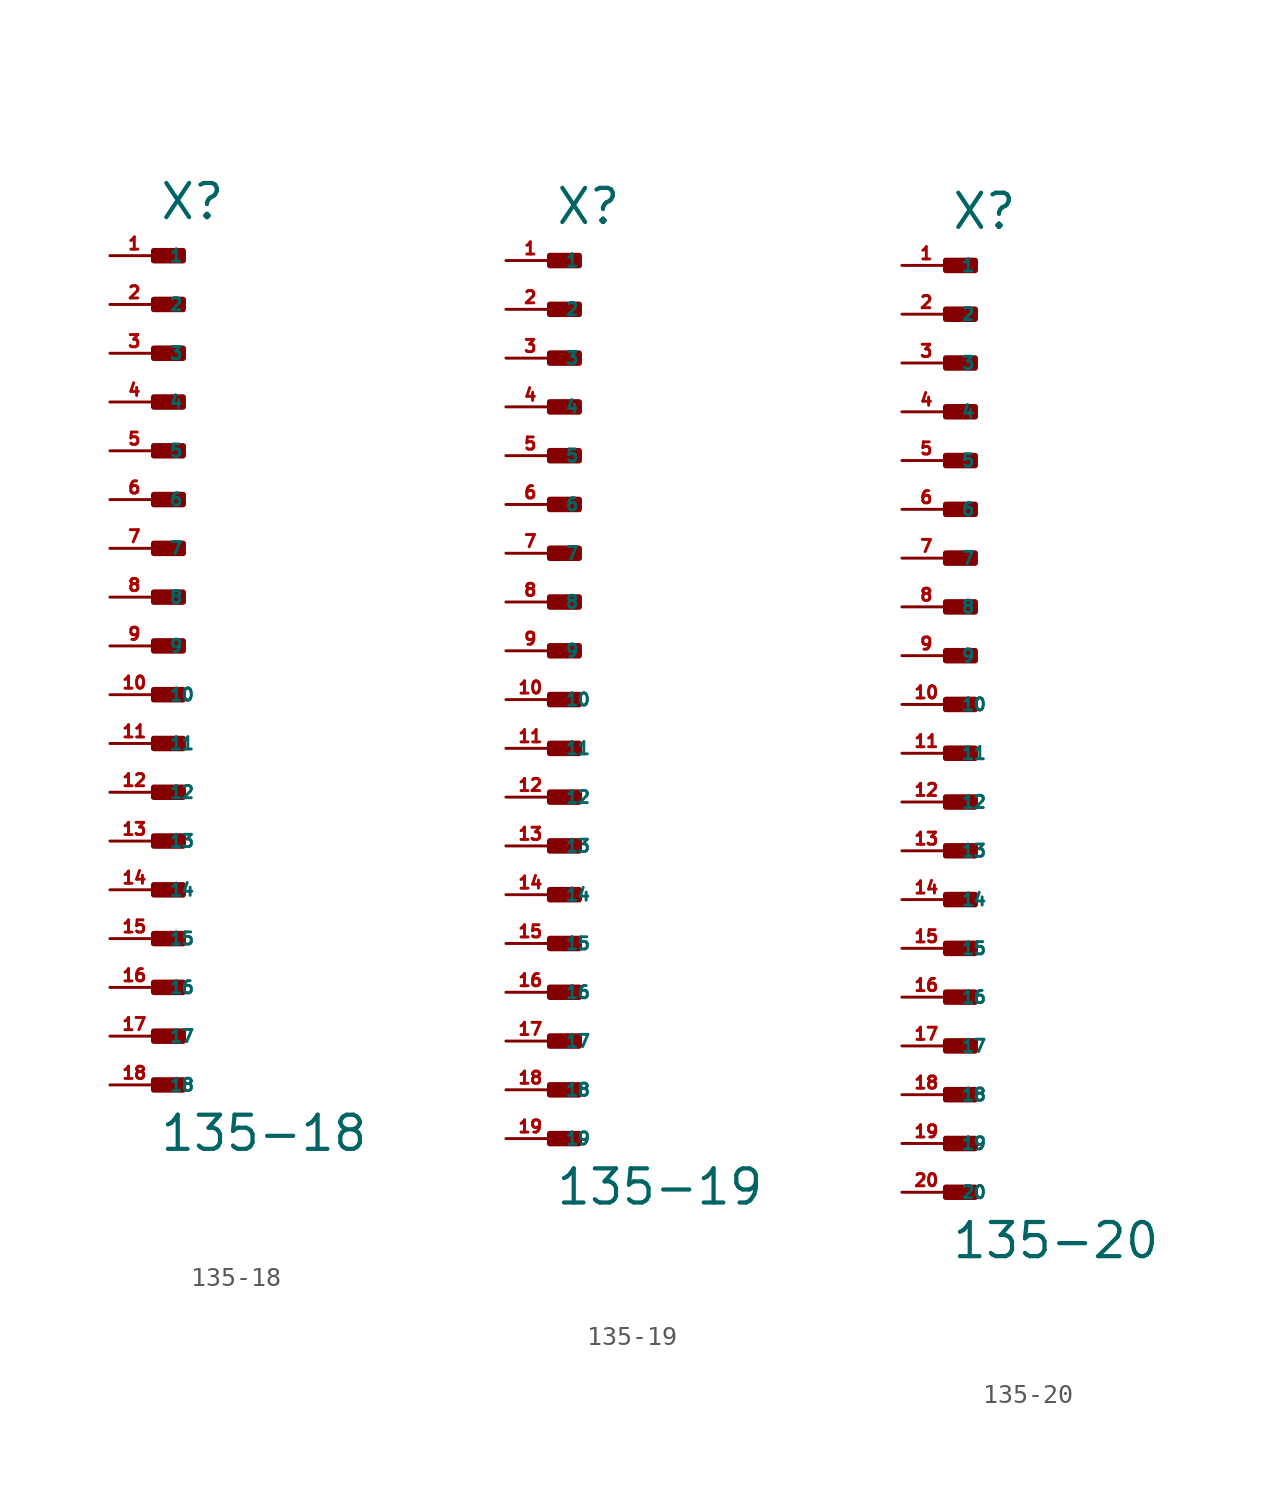
<source format=kicad_sym>
(kicad_symbol_lib
  (version 20220914)
  (generator Eagle2Kicad)
  (symbol "135-18"
    (property "Reference" "X"
      (at 0 22.098 0)
      (effects (font (size 1.778 1.778) (thickness 0.22)) (justify left bottom)))
    (property "Value" "135-18"
      (at 0 -26.416 0)
      (effects (font (size 1.778 1.778) (thickness 0.22)) (justify left bottom)))
    (rectangle
      (start -0.254 20.066)
      (end 1.27 20.574)
      (stroke (width 0.3) (type default))
      (fill (type outline)))
    (rectangle
      (start -0.254 17.526)
      (end 1.27 18.034)
      (stroke (width 0.3) (type default))
      (fill (type outline)))
    (rectangle
      (start -0.254 14.986)
      (end 1.27 15.494)
      (stroke (width 0.3) (type default))
      (fill (type outline)))
    (rectangle
      (start -0.254 12.446)
      (end 1.27 12.954)
      (stroke (width 0.3) (type default))
      (fill (type outline)))
    (rectangle
      (start -0.254 9.906)
      (end 1.27 10.414)
      (stroke (width 0.3) (type default))
      (fill (type outline)))
    (rectangle
      (start -0.254 7.366)
      (end 1.27 7.874)
      (stroke (width 0.3) (type default))
      (fill (type outline)))
    (rectangle
      (start -0.254 4.826)
      (end 1.27 5.334)
      (stroke (width 0.3) (type default))
      (fill (type outline)))
    (rectangle
      (start -0.254 2.286)
      (end 1.27 2.794)
      (stroke (width 0.3) (type default))
      (fill (type outline)))
    (rectangle
      (start -0.254 -0.254)
      (end 1.27 0.254)
      (stroke (width 0.3) (type default))
      (fill (type outline)))
    (rectangle
      (start -0.254 -2.794)
      (end 1.27 -2.286)
      (stroke (width 0.3) (type default))
      (fill (type outline)))
    (rectangle
      (start -0.254 -5.334)
      (end 1.27 -4.826)
      (stroke (width 0.3) (type default))
      (fill (type outline)))
    (rectangle
      (start -0.254 -7.874)
      (end 1.27 -7.366)
      (stroke (width 0.3) (type default))
      (fill (type outline)))
    (rectangle
      (start -0.254 -10.414)
      (end 1.27 -9.906)
      (stroke (width 0.3) (type default))
      (fill (type outline)))
    (rectangle
      (start -0.254 -12.954)
      (end 1.27 -12.446)
      (stroke (width 0.3) (type default))
      (fill (type outline)))
    (rectangle
      (start -0.254 -15.494)
      (end 1.27 -14.986)
      (stroke (width 0.3) (type default))
      (fill (type outline)))
    (rectangle
      (start -0.254 -18.034)
      (end 1.27 -17.526)
      (stroke (width 0.3) (type default))
      (fill (type outline)))
    (rectangle
      (start -0.254 -20.574)
      (end 1.27 -20.066)
      (stroke (width 0.3) (type default))
      (fill (type outline)))
    (rectangle
      (start -0.254 -23.114)
      (end 1.27 -22.606)
      (stroke (width 0.3) (type default))
      (fill (type outline)))
    (pin passive line
      (at -2.54 20.32 0)
      (length 2.54)
      (name "1" (effects (font (size 0.635 0.635) (thickness 0.08)) (justify left bottom)))
      (number "1" (effects (font (size 0.635 0.635) (thickness 0.08)) (justify left bottom))))
    (pin passive line
      (at -2.54 17.78 0)
      (length 2.54)
      (name "2" (effects (font (size 0.635 0.635) (thickness 0.08)) (justify left bottom)))
      (number "2" (effects (font (size 0.635 0.635) (thickness 0.08)) (justify left bottom))))
    (pin passive line
      (at -2.54 15.24 0)
      (length 2.54)
      (name "3" (effects (font (size 0.635 0.635) (thickness 0.08)) (justify left bottom)))
      (number "3" (effects (font (size 0.635 0.635) (thickness 0.08)) (justify left bottom))))
    (pin passive line
      (at -2.54 12.7 0)
      (length 2.54)
      (name "4" (effects (font (size 0.635 0.635) (thickness 0.08)) (justify left bottom)))
      (number "4" (effects (font (size 0.635 0.635) (thickness 0.08)) (justify left bottom))))
    (pin passive line
      (at -2.54 10.16 0)
      (length 2.54)
      (name "5" (effects (font (size 0.635 0.635) (thickness 0.08)) (justify left bottom)))
      (number "5" (effects (font (size 0.635 0.635) (thickness 0.08)) (justify left bottom))))
    (pin passive line
      (at -2.54 7.62 0)
      (length 2.54)
      (name "6" (effects (font (size 0.635 0.635) (thickness 0.08)) (justify left bottom)))
      (number "6" (effects (font (size 0.635 0.635) (thickness 0.08)) (justify left bottom))))
    (pin passive line
      (at -2.54 5.08 0)
      (length 2.54)
      (name "7" (effects (font (size 0.635 0.635) (thickness 0.08)) (justify left bottom)))
      (number "7" (effects (font (size 0.635 0.635) (thickness 0.08)) (justify left bottom))))
    (pin passive line
      (at -2.54 2.54 0)
      (length 2.54)
      (name "8" (effects (font (size 0.635 0.635) (thickness 0.08)) (justify left bottom)))
      (number "8" (effects (font (size 0.635 0.635) (thickness 0.08)) (justify left bottom))))
    (pin passive line
      (at -2.54 0 0)
      (length 2.54)
      (name "9" (effects (font (size 0.635 0.635) (thickness 0.08)) (justify left bottom)))
      (number "9" (effects (font (size 0.635 0.635) (thickness 0.08)) (justify left bottom))))
    (pin passive line
      (at -2.54 -2.54 0)
      (length 2.54)
      (name "10" (effects (font (size 0.635 0.635) (thickness 0.08)) (justify left bottom)))
      (number "10" (effects (font (size 0.635 0.635) (thickness 0.08)) (justify left bottom))))
    (pin passive line
      (at -2.54 -5.08 0)
      (length 2.54)
      (name "11" (effects (font (size 0.635 0.635) (thickness 0.08)) (justify left bottom)))
      (number "11" (effects (font (size 0.635 0.635) (thickness 0.08)) (justify left bottom))))
    (pin passive line
      (at -2.54 -7.62 0)
      (length 2.54)
      (name "12" (effects (font (size 0.635 0.635) (thickness 0.08)) (justify left bottom)))
      (number "12" (effects (font (size 0.635 0.635) (thickness 0.08)) (justify left bottom))))
    (pin passive line
      (at -2.54 -10.16 0)
      (length 2.54)
      (name "13" (effects (font (size 0.635 0.635) (thickness 0.08)) (justify left bottom)))
      (number "13" (effects (font (size 0.635 0.635) (thickness 0.08)) (justify left bottom))))
    (pin passive line
      (at -2.54 -12.7 0)
      (length 2.54)
      (name "14" (effects (font (size 0.635 0.635) (thickness 0.08)) (justify left bottom)))
      (number "14" (effects (font (size 0.635 0.635) (thickness 0.08)) (justify left bottom))))
    (pin passive line
      (at -2.54 -15.24 0)
      (length 2.54)
      (name "15" (effects (font (size 0.635 0.635) (thickness 0.08)) (justify left bottom)))
      (number "15" (effects (font (size 0.635 0.635) (thickness 0.08)) (justify left bottom))))
    (pin passive line
      (at -2.54 -17.78 0)
      (length 2.54)
      (name "16" (effects (font (size 0.635 0.635) (thickness 0.08)) (justify left bottom)))
      (number "16" (effects (font (size 0.635 0.635) (thickness 0.08)) (justify left bottom))))
    (pin passive line
      (at -2.54 -20.32 0)
      (length 2.54)
      (name "17" (effects (font (size 0.635 0.635) (thickness 0.08)) (justify left bottom)))
      (number "17" (effects (font (size 0.635 0.635) (thickness 0.08)) (justify left bottom))))
    (pin passive line
      (at -2.54 -22.86 0)
      (length 2.54)
      (name "18" (effects (font (size 0.635 0.635) (thickness 0.08)) (justify left bottom)))
      (number "18" (effects (font (size 0.635 0.635) (thickness 0.08)) (justify left bottom)))))
  (symbol "135-19"
    (property "Reference" "X"
      (at 0 24.638 0)
      (effects (font (size 1.778 1.778) (thickness 0.22)) (justify left bottom)))
    (property "Value" "135-19"
      (at 0 -26.416 0)
      (effects (font (size 1.778 1.778) (thickness 0.22)) (justify left bottom)))
    (rectangle
      (start -0.254 22.606)
      (end 1.27 23.114)
      (stroke (width 0.3) (type default))
      (fill (type outline)))
    (rectangle
      (start -0.254 20.066)
      (end 1.27 20.574)
      (stroke (width 0.3) (type default))
      (fill (type outline)))
    (rectangle
      (start -0.254 17.526)
      (end 1.27 18.034)
      (stroke (width 0.3) (type default))
      (fill (type outline)))
    (rectangle
      (start -0.254 14.986)
      (end 1.27 15.494)
      (stroke (width 0.3) (type default))
      (fill (type outline)))
    (rectangle
      (start -0.254 12.446)
      (end 1.27 12.954)
      (stroke (width 0.3) (type default))
      (fill (type outline)))
    (rectangle
      (start -0.254 9.906)
      (end 1.27 10.414)
      (stroke (width 0.3) (type default))
      (fill (type outline)))
    (rectangle
      (start -0.254 7.366)
      (end 1.27 7.874)
      (stroke (width 0.3) (type default))
      (fill (type outline)))
    (rectangle
      (start -0.254 4.826)
      (end 1.27 5.334)
      (stroke (width 0.3) (type default))
      (fill (type outline)))
    (rectangle
      (start -0.254 2.286)
      (end 1.27 2.794)
      (stroke (width 0.3) (type default))
      (fill (type outline)))
    (rectangle
      (start -0.254 -0.254)
      (end 1.27 0.254)
      (stroke (width 0.3) (type default))
      (fill (type outline)))
    (rectangle
      (start -0.254 -2.794)
      (end 1.27 -2.286)
      (stroke (width 0.3) (type default))
      (fill (type outline)))
    (rectangle
      (start -0.254 -5.334)
      (end 1.27 -4.826)
      (stroke (width 0.3) (type default))
      (fill (type outline)))
    (rectangle
      (start -0.254 -7.874)
      (end 1.27 -7.366)
      (stroke (width 0.3) (type default))
      (fill (type outline)))
    (rectangle
      (start -0.254 -10.414)
      (end 1.27 -9.906)
      (stroke (width 0.3) (type default))
      (fill (type outline)))
    (rectangle
      (start -0.254 -12.954)
      (end 1.27 -12.446)
      (stroke (width 0.3) (type default))
      (fill (type outline)))
    (rectangle
      (start -0.254 -15.494)
      (end 1.27 -14.986)
      (stroke (width 0.3) (type default))
      (fill (type outline)))
    (rectangle
      (start -0.254 -18.034)
      (end 1.27 -17.526)
      (stroke (width 0.3) (type default))
      (fill (type outline)))
    (rectangle
      (start -0.254 -20.574)
      (end 1.27 -20.066)
      (stroke (width 0.3) (type default))
      (fill (type outline)))
    (rectangle
      (start -0.254 -23.114)
      (end 1.27 -22.606)
      (stroke (width 0.3) (type default))
      (fill (type outline)))
    (pin passive line
      (at -2.54 22.86 0)
      (length 2.54)
      (name "1" (effects (font (size 0.635 0.635) (thickness 0.08)) (justify left bottom)))
      (number "1" (effects (font (size 0.635 0.635) (thickness 0.08)) (justify left bottom))))
    (pin passive line
      (at -2.54 20.32 0)
      (length 2.54)
      (name "2" (effects (font (size 0.635 0.635) (thickness 0.08)) (justify left bottom)))
      (number "2" (effects (font (size 0.635 0.635) (thickness 0.08)) (justify left bottom))))
    (pin passive line
      (at -2.54 17.78 0)
      (length 2.54)
      (name "3" (effects (font (size 0.635 0.635) (thickness 0.08)) (justify left bottom)))
      (number "3" (effects (font (size 0.635 0.635) (thickness 0.08)) (justify left bottom))))
    (pin passive line
      (at -2.54 15.24 0)
      (length 2.54)
      (name "4" (effects (font (size 0.635 0.635) (thickness 0.08)) (justify left bottom)))
      (number "4" (effects (font (size 0.635 0.635) (thickness 0.08)) (justify left bottom))))
    (pin passive line
      (at -2.54 12.7 0)
      (length 2.54)
      (name "5" (effects (font (size 0.635 0.635) (thickness 0.08)) (justify left bottom)))
      (number "5" (effects (font (size 0.635 0.635) (thickness 0.08)) (justify left bottom))))
    (pin passive line
      (at -2.54 10.16 0)
      (length 2.54)
      (name "6" (effects (font (size 0.635 0.635) (thickness 0.08)) (justify left bottom)))
      (number "6" (effects (font (size 0.635 0.635) (thickness 0.08)) (justify left bottom))))
    (pin passive line
      (at -2.54 7.62 0)
      (length 2.54)
      (name "7" (effects (font (size 0.635 0.635) (thickness 0.08)) (justify left bottom)))
      (number "7" (effects (font (size 0.635 0.635) (thickness 0.08)) (justify left bottom))))
    (pin passive line
      (at -2.54 5.08 0)
      (length 2.54)
      (name "8" (effects (font (size 0.635 0.635) (thickness 0.08)) (justify left bottom)))
      (number "8" (effects (font (size 0.635 0.635) (thickness 0.08)) (justify left bottom))))
    (pin passive line
      (at -2.54 2.54 0)
      (length 2.54)
      (name "9" (effects (font (size 0.635 0.635) (thickness 0.08)) (justify left bottom)))
      (number "9" (effects (font (size 0.635 0.635) (thickness 0.08)) (justify left bottom))))
    (pin passive line
      (at -2.54 0 0)
      (length 2.54)
      (name "10" (effects (font (size 0.635 0.635) (thickness 0.08)) (justify left bottom)))
      (number "10" (effects (font (size 0.635 0.635) (thickness 0.08)) (justify left bottom))))
    (pin passive line
      (at -2.54 -2.54 0)
      (length 2.54)
      (name "11" (effects (font (size 0.635 0.635) (thickness 0.08)) (justify left bottom)))
      (number "11" (effects (font (size 0.635 0.635) (thickness 0.08)) (justify left bottom))))
    (pin passive line
      (at -2.54 -5.08 0)
      (length 2.54)
      (name "12" (effects (font (size 0.635 0.635) (thickness 0.08)) (justify left bottom)))
      (number "12" (effects (font (size 0.635 0.635) (thickness 0.08)) (justify left bottom))))
    (pin passive line
      (at -2.54 -7.62 0)
      (length 2.54)
      (name "13" (effects (font (size 0.635 0.635) (thickness 0.08)) (justify left bottom)))
      (number "13" (effects (font (size 0.635 0.635) (thickness 0.08)) (justify left bottom))))
    (pin passive line
      (at -2.54 -10.16 0)
      (length 2.54)
      (name "14" (effects (font (size 0.635 0.635) (thickness 0.08)) (justify left bottom)))
      (number "14" (effects (font (size 0.635 0.635) (thickness 0.08)) (justify left bottom))))
    (pin passive line
      (at -2.54 -12.7 0)
      (length 2.54)
      (name "15" (effects (font (size 0.635 0.635) (thickness 0.08)) (justify left bottom)))
      (number "15" (effects (font (size 0.635 0.635) (thickness 0.08)) (justify left bottom))))
    (pin passive line
      (at -2.54 -15.24 0)
      (length 2.54)
      (name "16" (effects (font (size 0.635 0.635) (thickness 0.08)) (justify left bottom)))
      (number "16" (effects (font (size 0.635 0.635) (thickness 0.08)) (justify left bottom))))
    (pin passive line
      (at -2.54 -17.78 0)
      (length 2.54)
      (name "17" (effects (font (size 0.635 0.635) (thickness 0.08)) (justify left bottom)))
      (number "17" (effects (font (size 0.635 0.635) (thickness 0.08)) (justify left bottom))))
    (pin passive line
      (at -2.54 -20.32 0)
      (length 2.54)
      (name "18" (effects (font (size 0.635 0.635) (thickness 0.08)) (justify left bottom)))
      (number "18" (effects (font (size 0.635 0.635) (thickness 0.08)) (justify left bottom))))
    (pin passive line
      (at -2.54 -22.86 0)
      (length 2.54)
      (name "19" (effects (font (size 0.635 0.635) (thickness 0.08)) (justify left bottom)))
      (number "19" (effects (font (size 0.635 0.635) (thickness 0.08)) (justify left bottom)))))
  (symbol "135-20"
    (property "Reference" "X"
      (at 0 24.638 0)
      (effects (font (size 1.778 1.778) (thickness 0.22)) (justify left bottom)))
    (property "Value" "135-20"
      (at 0 -28.956 0)
      (effects (font (size 1.778 1.778) (thickness 0.22)) (justify left bottom)))
    (rectangle
      (start -0.254 22.606)
      (end 1.27 23.114)
      (stroke (width 0.3) (type default))
      (fill (type outline)))
    (rectangle
      (start -0.254 20.066)
      (end 1.27 20.574)
      (stroke (width 0.3) (type default))
      (fill (type outline)))
    (rectangle
      (start -0.254 17.526)
      (end 1.27 18.034)
      (stroke (width 0.3) (type default))
      (fill (type outline)))
    (rectangle
      (start -0.254 14.986)
      (end 1.27 15.494)
      (stroke (width 0.3) (type default))
      (fill (type outline)))
    (rectangle
      (start -0.254 12.446)
      (end 1.27 12.954)
      (stroke (width 0.3) (type default))
      (fill (type outline)))
    (rectangle
      (start -0.254 9.906)
      (end 1.27 10.414)
      (stroke (width 0.3) (type default))
      (fill (type outline)))
    (rectangle
      (start -0.254 7.366)
      (end 1.27 7.874)
      (stroke (width 0.3) (type default))
      (fill (type outline)))
    (rectangle
      (start -0.254 4.826)
      (end 1.27 5.334)
      (stroke (width 0.3) (type default))
      (fill (type outline)))
    (rectangle
      (start -0.254 2.286)
      (end 1.27 2.794)
      (stroke (width 0.3) (type default))
      (fill (type outline)))
    (rectangle
      (start -0.254 -0.254)
      (end 1.27 0.254)
      (stroke (width 0.3) (type default))
      (fill (type outline)))
    (rectangle
      (start -0.254 -2.794)
      (end 1.27 -2.286)
      (stroke (width 0.3) (type default))
      (fill (type outline)))
    (rectangle
      (start -0.254 -5.334)
      (end 1.27 -4.826)
      (stroke (width 0.3) (type default))
      (fill (type outline)))
    (rectangle
      (start -0.254 -7.874)
      (end 1.27 -7.366)
      (stroke (width 0.3) (type default))
      (fill (type outline)))
    (rectangle
      (start -0.254 -10.414)
      (end 1.27 -9.906)
      (stroke (width 0.3) (type default))
      (fill (type outline)))
    (rectangle
      (start -0.254 -12.954)
      (end 1.27 -12.446)
      (stroke (width 0.3) (type default))
      (fill (type outline)))
    (rectangle
      (start -0.254 -15.494)
      (end 1.27 -14.986)
      (stroke (width 0.3) (type default))
      (fill (type outline)))
    (rectangle
      (start -0.254 -18.034)
      (end 1.27 -17.526)
      (stroke (width 0.3) (type default))
      (fill (type outline)))
    (rectangle
      (start -0.254 -20.574)
      (end 1.27 -20.066)
      (stroke (width 0.3) (type default))
      (fill (type outline)))
    (rectangle
      (start -0.254 -23.114)
      (end 1.27 -22.606)
      (stroke (width 0.3) (type default))
      (fill (type outline)))
    (rectangle
      (start -0.254 -25.654)
      (end 1.27 -25.146)
      (stroke (width 0.3) (type default))
      (fill (type outline)))
    (pin passive line
      (at -2.54 22.86 0)
      (length 2.54)
      (name "1" (effects (font (size 0.635 0.635) (thickness 0.08)) (justify left bottom)))
      (number "1" (effects (font (size 0.635 0.635) (thickness 0.08)) (justify left bottom))))
    (pin passive line
      (at -2.54 20.32 0)
      (length 2.54)
      (name "2" (effects (font (size 0.635 0.635) (thickness 0.08)) (justify left bottom)))
      (number "2" (effects (font (size 0.635 0.635) (thickness 0.08)) (justify left bottom))))
    (pin passive line
      (at -2.54 17.78 0)
      (length 2.54)
      (name "3" (effects (font (size 0.635 0.635) (thickness 0.08)) (justify left bottom)))
      (number "3" (effects (font (size 0.635 0.635) (thickness 0.08)) (justify left bottom))))
    (pin passive line
      (at -2.54 15.24 0)
      (length 2.54)
      (name "4" (effects (font (size 0.635 0.635) (thickness 0.08)) (justify left bottom)))
      (number "4" (effects (font (size 0.635 0.635) (thickness 0.08)) (justify left bottom))))
    (pin passive line
      (at -2.54 12.7 0)
      (length 2.54)
      (name "5" (effects (font (size 0.635 0.635) (thickness 0.08)) (justify left bottom)))
      (number "5" (effects (font (size 0.635 0.635) (thickness 0.08)) (justify left bottom))))
    (pin passive line
      (at -2.54 10.16 0)
      (length 2.54)
      (name "6" (effects (font (size 0.635 0.635) (thickness 0.08)) (justify left bottom)))
      (number "6" (effects (font (size 0.635 0.635) (thickness 0.08)) (justify left bottom))))
    (pin passive line
      (at -2.54 7.62 0)
      (length 2.54)
      (name "7" (effects (font (size 0.635 0.635) (thickness 0.08)) (justify left bottom)))
      (number "7" (effects (font (size 0.635 0.635) (thickness 0.08)) (justify left bottom))))
    (pin passive line
      (at -2.54 5.08 0)
      (length 2.54)
      (name "8" (effects (font (size 0.635 0.635) (thickness 0.08)) (justify left bottom)))
      (number "8" (effects (font (size 0.635 0.635) (thickness 0.08)) (justify left bottom))))
    (pin passive line
      (at -2.54 2.54 0)
      (length 2.54)
      (name "9" (effects (font (size 0.635 0.635) (thickness 0.08)) (justify left bottom)))
      (number "9" (effects (font (size 0.635 0.635) (thickness 0.08)) (justify left bottom))))
    (pin passive line
      (at -2.54 0 0)
      (length 2.54)
      (name "10" (effects (font (size 0.635 0.635) (thickness 0.08)) (justify left bottom)))
      (number "10" (effects (font (size 0.635 0.635) (thickness 0.08)) (justify left bottom))))
    (pin passive line
      (at -2.54 -2.54 0)
      (length 2.54)
      (name "11" (effects (font (size 0.635 0.635) (thickness 0.08)) (justify left bottom)))
      (number "11" (effects (font (size 0.635 0.635) (thickness 0.08)) (justify left bottom))))
    (pin passive line
      (at -2.54 -5.08 0)
      (length 2.54)
      (name "12" (effects (font (size 0.635 0.635) (thickness 0.08)) (justify left bottom)))
      (number "12" (effects (font (size 0.635 0.635) (thickness 0.08)) (justify left bottom))))
    (pin passive line
      (at -2.54 -7.62 0)
      (length 2.54)
      (name "13" (effects (font (size 0.635 0.635) (thickness 0.08)) (justify left bottom)))
      (number "13" (effects (font (size 0.635 0.635) (thickness 0.08)) (justify left bottom))))
    (pin passive line
      (at -2.54 -10.16 0)
      (length 2.54)
      (name "14" (effects (font (size 0.635 0.635) (thickness 0.08)) (justify left bottom)))
      (number "14" (effects (font (size 0.635 0.635) (thickness 0.08)) (justify left bottom))))
    (pin passive line
      (at -2.54 -12.7 0)
      (length 2.54)
      (name "15" (effects (font (size 0.635 0.635) (thickness 0.08)) (justify left bottom)))
      (number "15" (effects (font (size 0.635 0.635) (thickness 0.08)) (justify left bottom))))
    (pin passive line
      (at -2.54 -15.24 0)
      (length 2.54)
      (name "16" (effects (font (size 0.635 0.635) (thickness 0.08)) (justify left bottom)))
      (number "16" (effects (font (size 0.635 0.635) (thickness 0.08)) (justify left bottom))))
    (pin passive line
      (at -2.54 -17.78 0)
      (length 2.54)
      (name "17" (effects (font (size 0.635 0.635) (thickness 0.08)) (justify left bottom)))
      (number "17" (effects (font (size 0.635 0.635) (thickness 0.08)) (justify left bottom))))
    (pin passive line
      (at -2.54 -20.32 0)
      (length 2.54)
      (name "18" (effects (font (size 0.635 0.635) (thickness 0.08)) (justify left bottom)))
      (number "18" (effects (font (size 0.635 0.635) (thickness 0.08)) (justify left bottom))))
    (pin passive line
      (at -2.54 -22.86 0)
      (length 2.54)
      (name "19" (effects (font (size 0.635 0.635) (thickness 0.08)) (justify left bottom)))
      (number "19" (effects (font (size 0.635 0.635) (thickness 0.08)) (justify left bottom))))
    (pin passive line
      (at -2.54 -25.4 0)
      (length 2.54)
      (name "20" (effects (font (size 0.635 0.635) (thickness 0.08)) (justify left bottom)))
      (number "20" (effects (font (size 0.635 0.635) (thickness 0.08)) (justify left bottom))))))
</source>
